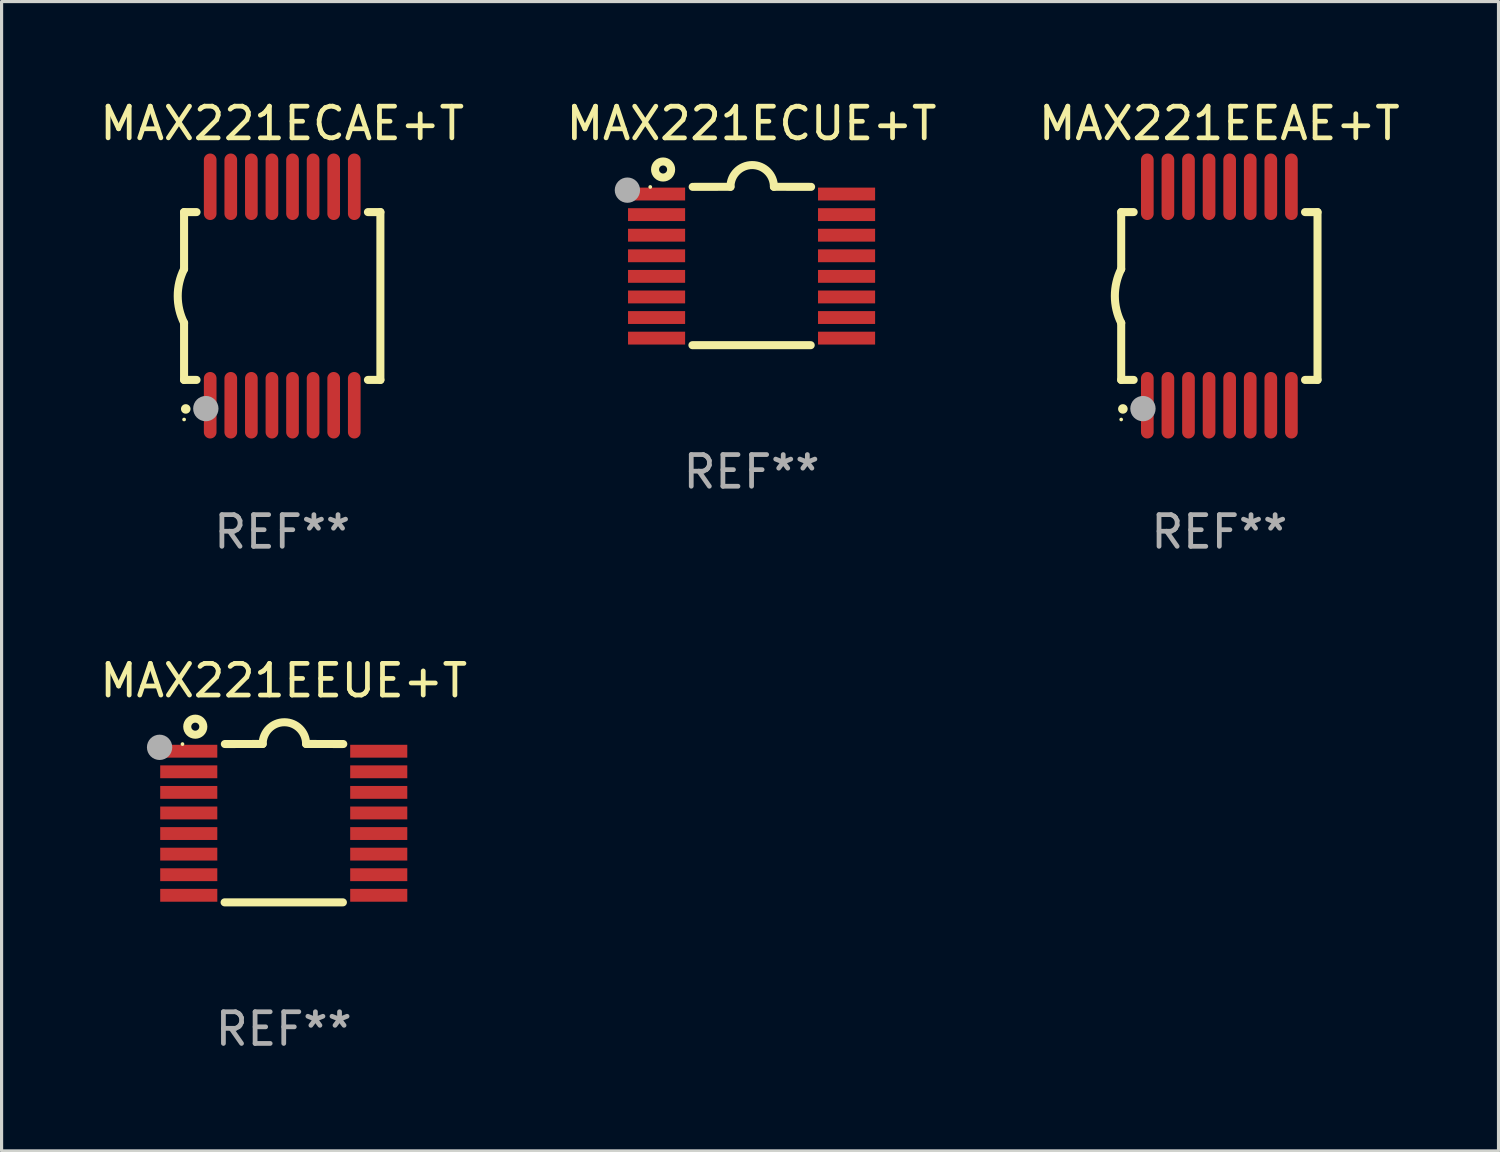
<source format=kicad_pcb>
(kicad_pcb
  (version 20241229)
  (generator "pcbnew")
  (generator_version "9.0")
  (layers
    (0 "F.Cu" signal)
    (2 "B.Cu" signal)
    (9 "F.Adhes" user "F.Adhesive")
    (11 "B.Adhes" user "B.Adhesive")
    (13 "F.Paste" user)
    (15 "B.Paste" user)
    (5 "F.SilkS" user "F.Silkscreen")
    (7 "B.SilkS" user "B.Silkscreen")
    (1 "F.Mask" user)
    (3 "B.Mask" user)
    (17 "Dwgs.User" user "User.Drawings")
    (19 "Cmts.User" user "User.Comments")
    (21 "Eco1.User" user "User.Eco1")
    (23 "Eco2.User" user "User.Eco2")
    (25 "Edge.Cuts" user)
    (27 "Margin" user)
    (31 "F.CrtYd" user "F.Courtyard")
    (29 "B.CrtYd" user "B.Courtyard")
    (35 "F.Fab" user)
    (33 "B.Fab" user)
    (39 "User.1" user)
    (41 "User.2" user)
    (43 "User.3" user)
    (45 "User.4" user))
  (footprint "MAX221EEAE+T"
    (layer "F.Cu")
    (at 35.458 6.298)
    (property "Reference" "MAX221EEAE+T" (at 0 -5.45 0) (layer "F.SilkS") (effects (font (size 1 1) (thickness 0.15))))
    (attr through_hole)
    (fp_line (start -3.1 -2.65) (end -3.1 -0.85) (stroke (width 0.254) (type solid)) (layer "F.SilkS"))
    (fp_line (start -3.1 -2.65) (end -2.706 -2.65) (stroke (width 0.254) (type solid)) (layer "F.SilkS"))
    (fp_line (start -3.1 2.65) (end -3.1 0.85) (stroke (width 0.254) (type solid)) (layer "F.SilkS"))
    (fp_line (start -3.1 2.65) (end -2.706 2.65) (stroke (width 0.254) (type solid)) (layer "F.SilkS"))
    (fp_line (start 2.706 -2.65) (end 3.1 -2.65) (stroke (width 0.254) (type solid)) (layer "F.SilkS"))
    (fp_line (start 2.706 2.65) (end 3.1 2.65) (stroke (width 0.254) (type solid)) (layer "F.SilkS"))
    (fp_line (start 3.1 -2.65) (end 3.1 2.65) (stroke (width 0.254) (type solid)) (layer "F.SilkS"))
    (fp_arc (start -3.098907 0.850902) (mid -3.300057 0.000523) (end -3.1 -0.850114) (stroke (width 0.254001) (type solid)) (layer "F.SilkS"))
    (fp_arc (start -3.048006 3.566066) (mid -3.046736 3.566061) (end -3.045466 3.566066) (stroke (width 0.3) (type solid)) (layer "F.SilkS"))
    (fp_circle (center -3.1 3.9) (end -3.07 3.9) (stroke (width 0.06) (type solid)) (fill no) (layer "F.SilkS"))
    (fp_circle (center -2.413 3.556) (end -2.213 3.556) (stroke (width 0.4) (type solid)) (fill no) (layer "F.Fab"))
    (fp_text user "REF**" (at 0 7.45 0) (layer "F.Fab") (effects (font (size 1 1) (thickness 0.15))))
    (pad "1" smd oval (at -2.275 3.45 180) (size 0.4 2.1) (layers "F.Cu" "F.Mask" "F.Paste"))
    (pad "2" smd oval (at -1.625 3.45 180) (size 0.4 2.1) (layers "F.Cu" "F.Mask" "F.Paste"))
    (pad "3" smd oval (at -0.975 3.45 180) (size 0.4 2.1) (layers "F.Cu" "F.Mask" "F.Paste"))
    (pad "4" smd oval (at -0.325 3.45 180) (size 0.4 2.1) (layers "F.Cu" "F.Mask" "F.Paste"))
    (pad "5" smd oval (at 0.325 3.45 180) (size 0.4 2.1) (layers "F.Cu" "F.Mask" "F.Paste"))
    (pad "6" smd oval (at 0.975 3.45 180) (size 0.4 2.1) (layers "F.Cu" "F.Mask" "F.Paste"))
    (pad "7" smd oval (at 1.625 3.45 180) (size 0.4 2.1) (layers "F.Cu" "F.Mask" "F.Paste"))
    (pad "8" smd oval (at 2.275 3.45 180) (size 0.4 2.1) (layers "F.Cu" "F.Mask" "F.Paste"))
    (pad "9" smd oval (at 2.275 -3.45 180) (size 0.4 2.1) (layers "F.Cu" "F.Mask" "F.Paste"))
    (pad "10" smd oval (at 1.625 -3.45 180) (size 0.4 2.1) (layers "F.Cu" "F.Mask" "F.Paste"))
    (pad "11" smd oval (at 0.975 -3.45 180) (size 0.4 2.1) (layers "F.Cu" "F.Mask" "F.Paste"))
    (pad "12" smd oval (at 0.325 -3.45 180) (size 0.4 2.1) (layers "F.Cu" "F.Mask" "F.Paste"))
    (pad "13" smd oval (at -0.325 -3.45 180) (size 0.4 2.1) (layers "F.Cu" "F.Mask" "F.Paste"))
    (pad "14" smd oval (at -0.975 -3.45 180) (size 0.4 2.1) (layers "F.Cu" "F.Mask" "F.Paste"))
    (pad "15" smd oval (at -1.625 -3.45 180) (size 0.4 2.1) (layers "F.Cu" "F.Mask" "F.Paste"))
    (pad "16" smd oval (at -2.275 -3.45 180) (size 0.4 2.1) (layers "F.Cu" "F.Mask" "F.Paste")))
  (footprint "MAX221ECAE+T"
    (layer "F.Cu")
    (at 5.863 6.298)
    (property "Reference" "MAX221ECAE+T" (at 0 -5.45 0) (layer "F.SilkS") (effects (font (size 1 1) (thickness 0.15))))
    (attr through_hole)
    (fp_line (start -3.1 -2.65) (end -3.1 -0.85) (stroke (width 0.254) (type solid)) (layer "F.SilkS"))
    (fp_line (start -3.1 -2.65) (end -2.706 -2.65) (stroke (width 0.254) (type solid)) (layer "F.SilkS"))
    (fp_line (start -3.1 2.65) (end -3.1 0.85) (stroke (width 0.254) (type solid)) (layer "F.SilkS"))
    (fp_line (start -3.1 2.65) (end -2.706 2.65) (stroke (width 0.254) (type solid)) (layer "F.SilkS"))
    (fp_line (start 2.706 -2.65) (end 3.1 -2.65) (stroke (width 0.254) (type solid)) (layer "F.SilkS"))
    (fp_line (start 2.706 2.65) (end 3.1 2.65) (stroke (width 0.254) (type solid)) (layer "F.SilkS"))
    (fp_line (start 3.1 -2.65) (end 3.1 2.65) (stroke (width 0.254) (type solid)) (layer "F.SilkS"))
    (fp_arc (start -3.098907 0.850902) (mid -3.300057 0.000523) (end -3.1 -0.850114) (stroke (width 0.254001) (type solid)) (layer "F.SilkS"))
    (fp_arc (start -3.048006 3.566066) (mid -3.046736 3.566061) (end -3.045466 3.566066) (stroke (width 0.3) (type solid)) (layer "F.SilkS"))
    (fp_circle (center -3.1 3.9) (end -3.07 3.9) (stroke (width 0.06) (type solid)) (fill no) (layer "F.SilkS"))
    (fp_circle (center -2.413 3.556) (end -2.213 3.556) (stroke (width 0.4) (type solid)) (fill no) (layer "F.Fab"))
    (fp_text user "REF**" (at 0 7.45 0) (layer "F.Fab") (effects (font (size 1 1) (thickness 0.15))))
    (pad "1" smd oval (at -2.275 3.45 180) (size 0.4 2.1) (layers "F.Cu" "F.Mask" "F.Paste"))
    (pad "2" smd oval (at -1.625 3.45 180) (size 0.4 2.1) (layers "F.Cu" "F.Mask" "F.Paste"))
    (pad "3" smd oval (at -0.975 3.45 180) (size 0.4 2.1) (layers "F.Cu" "F.Mask" "F.Paste"))
    (pad "4" smd oval (at -0.325 3.45 180) (size 0.4 2.1) (layers "F.Cu" "F.Mask" "F.Paste"))
    (pad "5" smd oval (at 0.325 3.45 180) (size 0.4 2.1) (layers "F.Cu" "F.Mask" "F.Paste"))
    (pad "6" smd oval (at 0.975 3.45 180) (size 0.4 2.1) (layers "F.Cu" "F.Mask" "F.Paste"))
    (pad "7" smd oval (at 1.625 3.45 180) (size 0.4 2.1) (layers "F.Cu" "F.Mask" "F.Paste"))
    (pad "8" smd oval (at 2.275 3.45 180) (size 0.4 2.1) (layers "F.Cu" "F.Mask" "F.Paste"))
    (pad "9" smd oval (at 2.275 -3.45 180) (size 0.4 2.1) (layers "F.Cu" "F.Mask" "F.Paste"))
    (pad "10" smd oval (at 1.625 -3.45 180) (size 0.4 2.1) (layers "F.Cu" "F.Mask" "F.Paste"))
    (pad "11" smd oval (at 0.975 -3.45 180) (size 0.4 2.1) (layers "F.Cu" "F.Mask" "F.Paste"))
    (pad "12" smd oval (at 0.325 -3.45 180) (size 0.4 2.1) (layers "F.Cu" "F.Mask" "F.Paste"))
    (pad "13" smd oval (at -0.325 -3.45 180) (size 0.4 2.1) (layers "F.Cu" "F.Mask" "F.Paste"))
    (pad "14" smd oval (at -0.975 -3.45 180) (size 0.4 2.1) (layers "F.Cu" "F.Mask" "F.Paste"))
    (pad "15" smd oval (at -1.625 -3.45 180) (size 0.4 2.1) (layers "F.Cu" "F.Mask" "F.Paste"))
    (pad "16" smd oval (at -2.275 -3.45 180) (size 0.4 2.1) (layers "F.Cu" "F.Mask" "F.Paste")))
  (footprint "MAX221EEUE+T"
    (layer "F.Cu")
    (at 5.911 22.946)
    (property "Reference" "MAX221EEUE+T" (at 0 -4.501 0) (layer "F.SilkS") (effects (font (size 1 1) (thickness 0.15))))
    (attr through_hole)
    (fp_line (start -1.868 2.501) (end 1.868 2.501) (stroke (width 0.254) (type solid)) (layer "F.SilkS"))
    (fp_line (start -1.86 -2.499) (end -0.666 -2.501) (stroke (width 0.254) (type solid)) (layer "F.SilkS"))
    (fp_line (start 0.706 -2.501) (end 1.88 -2.499) (stroke (width 0.254) (type solid)) (layer "F.SilkS"))
    (fp_arc (start -0.665914 -2.501448) (mid 0.019888 -3.18725) (end 0.70569 -2.501448) (stroke (width 0.254001) (type solid)) (layer "F.SilkS"))
    (fp_circle (center -3.2 -2.497) (end -3.17 -2.497) (stroke (width 0.06) (type solid)) (fill no) (layer "F.SilkS"))
    (fp_circle (center -2.794 -3.047) (end -2.54 -3.047) (stroke (width 0.254) (type solid)) (fill no) (layer "F.SilkS"))
    (fp_circle (center -3.921 -2.395) (end -3.721 -2.395) (stroke (width 0.4) (type solid)) (fill no) (layer "F.Fab"))
    (fp_text user "REF**" (at 0 6.501 0) (layer "F.Fab") (effects (font (size 1 1) (thickness 0.15))))
    (pad "1" smd rect (at -3 -2.272) (size 1.803 0.406) (layers "F.Cu" "F.Mask" "F.Paste"))
    (pad "2" smd rect (at -3 -1.622) (size 1.803 0.406) (layers "F.Cu" "F.Mask" "F.Paste"))
    (pad "3" smd rect (at -3 -0.972) (size 1.803 0.406) (layers "F.Cu" "F.Mask" "F.Paste"))
    (pad "4" smd rect (at -3 -0.322) (size 1.803 0.406) (layers "F.Cu" "F.Mask" "F.Paste"))
    (pad "5" smd rect (at -3 0.328) (size 1.803 0.406) (layers "F.Cu" "F.Mask" "F.Paste"))
    (pad "6" smd rect (at -3 0.978) (size 1.803 0.406) (layers "F.Cu" "F.Mask" "F.Paste"))
    (pad "7" smd rect (at -3 1.628) (size 1.803 0.406) (layers "F.Cu" "F.Mask" "F.Paste"))
    (pad "8" smd rect (at -3 2.278) (size 1.803 0.406) (layers "F.Cu" "F.Mask" "F.Paste"))
    (pad "9" smd rect (at 3 2.278) (size 1.803 0.406) (layers "F.Cu" "F.Mask" "F.Paste"))
    (pad "10" smd rect (at 3 1.628) (size 1.803 0.406) (layers "F.Cu" "F.Mask" "F.Paste"))
    (pad "11" smd rect (at 3 0.978) (size 1.803 0.406) (layers "F.Cu" "F.Mask" "F.Paste"))
    (pad "12" smd rect (at 3 0.328) (size 1.803 0.406) (layers "F.Cu" "F.Mask" "F.Paste"))
    (pad "13" smd rect (at 3 -0.322) (size 1.803 0.406) (layers "F.Cu" "F.Mask" "F.Paste"))
    (pad "14" smd rect (at 3 -0.972) (size 1.803 0.406) (layers "F.Cu" "F.Mask" "F.Paste"))
    (pad "15" smd rect (at 3 -1.622) (size 1.803 0.406) (layers "F.Cu" "F.Mask" "F.Paste"))
    (pad "16" smd rect (at 3 -2.272) (size 1.803 0.406) (layers "F.Cu" "F.Mask" "F.Paste")))
  (footprint "MAX221ECUE+T"
    (layer "F.Cu")
    (at 20.685 5.35)
    (property "Reference" "MAX221ECUE+T" (at 0 -4.501 0) (layer "F.SilkS") (effects (font (size 1 1) (thickness 0.15))))
    (attr through_hole)
    (fp_line (start -1.868 2.501) (end 1.868 2.501) (stroke (width 0.254) (type solid)) (layer "F.SilkS"))
    (fp_line (start -1.86 -2.499) (end -0.666 -2.501) (stroke (width 0.254) (type solid)) (layer "F.SilkS"))
    (fp_line (start 0.706 -2.501) (end 1.88 -2.499) (stroke (width 0.254) (type solid)) (layer "F.SilkS"))
    (fp_arc (start -0.665914 -2.501448) (mid 0.019888 -3.18725) (end 0.70569 -2.501448) (stroke (width 0.254001) (type solid)) (layer "F.SilkS"))
    (fp_circle (center -3.2 -2.497) (end -3.17 -2.497) (stroke (width 0.06) (type solid)) (fill no) (layer "F.SilkS"))
    (fp_circle (center -2.794 -3.047) (end -2.54 -3.047) (stroke (width 0.254) (type solid)) (fill no) (layer "F.SilkS"))
    (fp_circle (center -3.921 -2.395) (end -3.721 -2.395) (stroke (width 0.4) (type solid)) (fill no) (layer "F.Fab"))
    (fp_text user "REF**" (at 0 6.501 0) (layer "F.Fab") (effects (font (size 1 1) (thickness 0.15))))
    (pad "1" smd rect (at -3 -2.272) (size 1.803 0.406) (layers "F.Cu" "F.Mask" "F.Paste"))
    (pad "2" smd rect (at -3 -1.622) (size 1.803 0.406) (layers "F.Cu" "F.Mask" "F.Paste"))
    (pad "3" smd rect (at -3 -0.972) (size 1.803 0.406) (layers "F.Cu" "F.Mask" "F.Paste"))
    (pad "4" smd rect (at -3 -0.322) (size 1.803 0.406) (layers "F.Cu" "F.Mask" "F.Paste"))
    (pad "5" smd rect (at -3 0.328) (size 1.803 0.406) (layers "F.Cu" "F.Mask" "F.Paste"))
    (pad "6" smd rect (at -3 0.978) (size 1.803 0.406) (layers "F.Cu" "F.Mask" "F.Paste"))
    (pad "7" smd rect (at -3 1.628) (size 1.803 0.406) (layers "F.Cu" "F.Mask" "F.Paste"))
    (pad "8" smd rect (at -3 2.278) (size 1.803 0.406) (layers "F.Cu" "F.Mask" "F.Paste"))
    (pad "9" smd rect (at 3 2.278) (size 1.803 0.406) (layers "F.Cu" "F.Mask" "F.Paste"))
    (pad "10" smd rect (at 3 1.628) (size 1.803 0.406) (layers "F.Cu" "F.Mask" "F.Paste"))
    (pad "11" smd rect (at 3 0.978) (size 1.803 0.406) (layers "F.Cu" "F.Mask" "F.Paste"))
    (pad "12" smd rect (at 3 0.328) (size 1.803 0.406) (layers "F.Cu" "F.Mask" "F.Paste"))
    (pad "13" smd rect (at 3 -0.322) (size 1.803 0.406) (layers "F.Cu" "F.Mask" "F.Paste"))
    (pad "14" smd rect (at 3 -0.972) (size 1.803 0.406) (layers "F.Cu" "F.Mask" "F.Paste"))
    (pad "15" smd rect (at 3 -1.622) (size 1.803 0.406) (layers "F.Cu" "F.Mask" "F.Paste"))
    (pad "16" smd rect (at 3 -2.272) (size 1.803 0.406) (layers "F.Cu" "F.Mask" "F.Paste")))
  (gr_rect
    (start -3 -3)
    (end 44.274 33.296)
    (stroke (width 0.1) (type default))
    (fill no)
    (layer "Edge.Cuts")))
</source>
